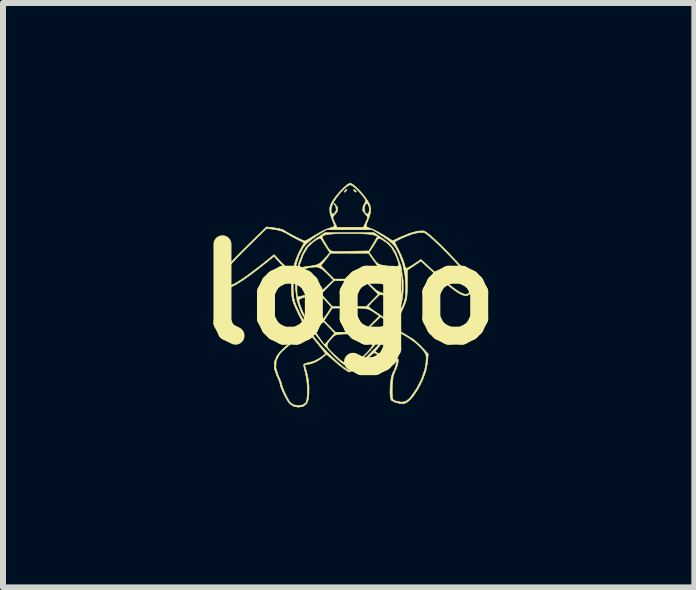
<source format=kicad_pcb>
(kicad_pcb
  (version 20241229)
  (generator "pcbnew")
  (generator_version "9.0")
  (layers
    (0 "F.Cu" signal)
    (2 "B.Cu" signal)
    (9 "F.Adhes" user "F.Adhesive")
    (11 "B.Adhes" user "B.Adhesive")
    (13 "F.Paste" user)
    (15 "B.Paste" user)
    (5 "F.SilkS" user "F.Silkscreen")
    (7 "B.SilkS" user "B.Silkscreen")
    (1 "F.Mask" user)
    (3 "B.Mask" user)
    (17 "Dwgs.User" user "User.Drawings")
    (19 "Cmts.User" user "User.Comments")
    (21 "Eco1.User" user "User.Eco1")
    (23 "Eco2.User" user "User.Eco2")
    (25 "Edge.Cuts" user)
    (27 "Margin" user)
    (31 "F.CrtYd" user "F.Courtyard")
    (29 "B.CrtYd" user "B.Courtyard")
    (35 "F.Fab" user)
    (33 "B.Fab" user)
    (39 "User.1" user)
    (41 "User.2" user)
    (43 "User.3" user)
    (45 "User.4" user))
  (footprint "logo"
    (layer "F.Cu")
    (at 2.765 1.859)
    (property "Reference" "logo" (at 0 0 0) (layer "F.SilkS") (effects (font (size 1.524 1.524) (thickness 0.3))))
    (attr through_hole)
    (fp_poly (pts (xy 0.098 -1.742) (xy 0.125 -1.719) (xy 0.127 -1.713) (xy 0.115 -1.703) (xy 0.09 -1.726) (xy 0.086 -1.731) (xy 0.083 -1.749) (xy 0.098 -1.742)) (stroke (width 0.01) (type solid)) (fill yes) (layer "F.SilkS"))
    (fp_poly (pts (xy -0.033 -1.736) (xy -0.038 -1.727) (xy -0.062 -1.703) (xy -0.066 -1.702) (xy -0.068 -1.718) (xy -0.064 -1.727) (xy -0.04 -1.751) (xy -0.035 -1.753) (xy -0.033 -1.736)) (stroke (width 0.01) (type solid)) (fill yes) (layer "F.SilkS"))
    (fp_poly (pts (xy 0.572 -0.927) (xy 0.669 -0.855) (xy 0.736 -0.782) (xy 0.789 -0.692) (xy 0.791 -0.687) (xy 0.874 -0.464) (xy 0.91 -0.224) (xy 0.91 -0.057) (xy 0.898 0.065) (xy 0.876 0.161) (xy 0.835 0.259) (xy 0.811 0.305) (xy 0.688 0.512) (xy 0.534 0.725) (xy 0.365 0.927) (xy 0.273 1.022) (xy 0.186 1.105) (xy 0.123 1.157) (xy 0.074 1.184) (xy 0.027 1.193) (xy 0.013 1.194) (xy -0.035 1.188) (xy -0.082 1.167) (xy -0.14 1.123) (xy -0.218 1.051) (xy -0.247 1.022) (xy -0.388 0.871) (xy -0.359 0.871) (xy -0.329 0.917) (xy -0.266 0.98) (xy -0.229 1.016) (xy -0.128 1.105) (xy -0.047 1.155) (xy 0.024 1.168) (xy 0.098 1.143) (xy 0.183 1.084) (xy 0.194 1.076) (xy 0.267 1.011) (xy 0.33 0.946) (xy 0.355 0.915) (xy 0.404 0.847) (xy 0.327 0.754) (xy 0.25 0.66) (xy 0.015 0.66) (xy -0.098 0.662) (xy -0.172 0.667) (xy -0.219 0.678) (xy -0.251 0.698) (xy -0.27 0.718) (xy -0.328 0.784) (xy -0.358 0.831) (xy -0.359 0.871) (xy -0.388 0.871) (xy -0.405 0.853) (xy -0.556 0.665) (xy -0.615 0.581) (xy -0.572 0.581) (xy -0.558 0.614) (xy -0.523 0.673) (xy -0.488 0.724) (xy -0.404 0.844) (xy -0.318 0.746) (xy -0.233 0.648) (xy -0.238 0.643) (xy 0.257 0.643) (xy 0.338 0.74) (xy 0.386 0.796) (xy 0.417 0.831) (xy 0.424 0.838) (xy 0.441 0.819) (xy 0.48 0.768) (xy 0.535 0.694) (xy 0.564 0.654) (xy 0.681 0.485) (xy 0.768 0.34) (xy 0.83 0.209) (xy 0.849 0.159) (xy 0.884 0.059) (xy 0.521 0.003) (xy 0.425 0.095) (xy 0.372 0.15) (xy 0.337 0.19) (xy 0.33 0.202) (xy 0.35 0.222) (xy 0.402 0.261) (xy 0.475 0.311) (xy 0.484 0.317) (xy 0.565 0.372) (xy 0.631 0.421) (xy 0.668 0.454) (xy 0.668 0.455) (xy 0.67 0.465) (xy 0.638 0.448) (xy 0.616 0.432) (xy 0.533 0.371) (xy 0.395 0.507) (xy 0.257 0.643) (xy -0.238 0.643) (xy -0.324 0.553) (xy -0.416 0.458) (xy -0.494 0.507) (xy -0.545 0.546) (xy -0.571 0.577) (xy -0.572 0.581) (xy -0.615 0.581) (xy -0.689 0.475) (xy -0.79 0.301) (xy -0.859 0.112) (xy -0.862 0.091) (xy -0.83 0.091) (xy -0.826 0.13) (xy -0.803 0.2) (xy -0.768 0.286) (xy -0.726 0.375) (xy -0.684 0.454) (xy -0.647 0.509) (xy -0.644 0.512) (xy -0.614 0.538) (xy -0.584 0.538) (xy -0.535 0.51) (xy -0.523 0.503) (xy -0.461 0.45) (xy -0.451 0.438) (xy -0.411 0.438) (xy -0.315 0.536) (xy -0.218 0.635) (xy 0.243 0.635) (xy 0.513 0.361) (xy 0.416 0.295) (xy 0.37 0.266) (xy 0.326 0.247) (xy 0.272 0.236) (xy 0.196 0.231) (xy 0.087 0.229) (xy 0.023 0.229) (xy -0.273 0.229) (xy -0.342 0.333) (xy -0.411 0.438) (xy -0.451 0.438) (xy -0.395 0.374) (xy -0.364 0.331) (xy -0.286 0.213) (xy -0.385 0.106) (xy -0.485 -0.001) (xy -0.651 0.028) (xy -0.741 0.048) (xy -0.805 0.072) (xy -0.83 0.091) (xy -0.862 0.091) (xy -0.888 -0.097) (xy -0.886 -0.143) (xy -0.863 -0.143) (xy -0.862 -0.044) (xy -0.858 0.014) (xy -0.847 0.04) (xy -0.829 0.042) (xy -0.819 0.039) (xy -0.771 0.025) (xy -0.692 0.008) (xy -0.622 -0.005) (xy -0.619 -0.006) (xy -0.462 -0.006) (xy -0.273 0.203) (xy 0.294 0.203) (xy 0.394 0.102) (xy 0.493 -0.000137) (xy 0.381 -0.114) (xy 0.269 -0.229) (xy -0.243 -0.229) (xy -0.353 -0.117) (xy -0.462 -0.006) (xy -0.619 -0.006) (xy -0.521 -0.028) (xy -0.445 -0.065) (xy -0.369 -0.128) (xy -0.362 -0.135) (xy -0.254 -0.239) (xy -0.258 -0.243) (xy 0.279 -0.243) (xy 0.384 -0.137) (xy 0.459 -0.069) (xy 0.531 -0.03) (xy 0.626 -0.007) (xy 0.632 -0.006) (xy 0.747 0.014) (xy 0.822 0.022) (xy 0.865 0.013) (xy 0.884 -0.017) (xy 0.889 -0.074) (xy 0.889 -0.146) (xy 0.887 -0.268) (xy 0.879 -0.348) (xy 0.857 -0.397) (xy 0.816 -0.424) (xy 0.747 -0.438) (xy 0.681 -0.445) (xy 0.503 -0.463) (xy 0.391 -0.353) (xy 0.279 -0.243) (xy -0.258 -0.243) (xy -0.361 -0.348) (xy -0.437 -0.417) (xy -0.499 -0.45) (xy -0.545 -0.457) (xy -0.64 -0.449) (xy -0.732 -0.429) (xy -0.805 -0.403) (xy -0.842 -0.376) (xy -0.852 -0.336) (xy -0.859 -0.26) (xy -0.863 -0.163) (xy -0.863 -0.143) (xy -0.886 -0.143) (xy -0.878 -0.316) (xy -0.847 -0.452) (xy -0.826 -0.452) (xy -0.815 -0.438) (xy -0.793 -0.444) (xy -0.743 -0.457) (xy -0.665 -0.469) (xy -0.622 -0.474) (xy -0.595 -0.479) (xy -0.464 -0.479) (xy -0.354 -0.367) (xy -0.243 -0.254) (xy 0.269 -0.254) (xy 0.376 -0.364) (xy 0.484 -0.473) (xy 0.407 -0.579) (xy 0.33 -0.686) (xy -0.301 -0.686) (xy -0.382 -0.582) (xy -0.464 -0.479) (xy -0.595 -0.479) (xy -0.539 -0.489) (xy -0.478 -0.519) (xy -0.417 -0.577) (xy -0.404 -0.591) (xy -0.312 -0.695) (xy -0.315 -0.699) (xy 0.341 -0.699) (xy 0.418 -0.593) (xy 0.454 -0.546) (xy 0.486 -0.514) (xy 0.525 -0.494) (xy 0.584 -0.481) (xy 0.672 -0.471) (xy 0.781 -0.462) (xy 0.828 -0.472) (xy 0.838 -0.495) (xy 0.828 -0.537) (xy 0.803 -0.608) (xy 0.777 -0.671) (xy 0.714 -0.782) (xy 0.633 -0.863) (xy 0.608 -0.88) (xy 0.544 -0.921) (xy 0.508 -0.935) (xy 0.486 -0.925) (xy 0.472 -0.905) (xy 0.439 -0.851) (xy 0.397 -0.784) (xy 0.393 -0.778) (xy 0.341 -0.699) (xy -0.315 -0.699) (xy -0.366 -0.776) (xy -0.409 -0.843) (xy -0.444 -0.899) (xy -0.447 -0.904) (xy -0.466 -0.93) (xy -0.491 -0.934) (xy -0.533 -0.912) (xy -0.583 -0.88) (xy -0.678 -0.793) (xy -0.754 -0.667) (xy -0.815 -0.502) (xy -0.826 -0.452) (xy -0.847 -0.452) (xy -0.828 -0.533) (xy -0.766 -0.687) (xy -0.713 -0.779) (xy -0.647 -0.851) (xy -0.551 -0.924) (xy -0.546 -0.927) (xy -0.485 -0.968) (xy -0.442 -0.968) (xy -0.441 -0.946) (xy -0.422 -0.906) (xy -0.38 -0.837) (xy -0.342 -0.774) (xy -0.324 -0.747) (xy -0.303 -0.73) (xy -0.27 -0.719) (xy -0.214 -0.714) (xy -0.128 -0.714) (xy -0.001 -0.716) (xy 0.018 -0.717) (xy 0.339 -0.724) (xy 0.411 -0.845) (xy 0.482 -0.967) (xy 0.417 -0.991) (xy 0.362 -1.002) (xy 0.27 -1.009) (xy 0.151 -1.014) (xy 0.019 -1.015) (xy -0.113 -1.014) (xy -0.234 -1.01) (xy -0.33 -1.002) (xy -0.389 -0.992) (xy -0.393 -0.991) (xy -0.425 -0.979) (xy -0.442 -0.968) (xy -0.485 -0.968) (xy -0.394 -1.029) (xy 0.419 -1.029) (xy 0.572 -0.927)) (stroke (width 0.01) (type solid)) (fill yes) (layer "F.SilkS"))
    (fp_poly (pts (xy 0.067 -1.835) (xy 0.127 -1.784) (xy 0.196 -1.714) (xy 0.263 -1.634) (xy 0.319 -1.556) (xy 0.354 -1.491) (xy 0.356 -1.484) (xy 0.368 -1.424) (xy 0.362 -1.357) (xy 0.336 -1.269) (xy 0.294 -1.165) (xy 0.294 -1.131) (xy 0.336 -1.109) (xy 0.348 -1.106) (xy 0.405 -1.084) (xy 0.487 -1.043) (xy 0.576 -0.991) (xy 0.577 -0.991) (xy 0.734 -0.892) (xy 0.856 -0.95) (xy 1.023 -1.019) (xy 1.155 -1.055) (xy 1.25 -1.058) (xy 1.259 -1.056) (xy 1.303 -1.03) (xy 1.377 -0.97) (xy 1.478 -0.877) (xy 1.6 -0.757) (xy 1.674 -0.682) (xy 1.815 -0.533) (xy 1.922 -0.413) (xy 1.998 -0.317) (xy 2.047 -0.239) (xy 2.07 -0.175) (xy 2.072 -0.118) (xy 2.056 -0.064) (xy 2.053 -0.058) (xy 2.022 -0.009) (xy 1.985 0.018) (xy 1.936 0.022) (xy 1.873 -0.00015) (xy 1.79 -0.05) (xy 1.685 -0.13) (xy 1.553 -0.242) (xy 1.39 -0.388) (xy 1.364 -0.411) (xy 1.205 -0.556) (xy 1.092 -0.48) (xy 0.979 -0.404) (xy 0.978 -0.157) (xy 0.977 -0.044) (xy 0.971 0.039) (xy 0.957 0.109) (xy 0.93 0.183) (xy 0.886 0.279) (xy 0.861 0.331) (xy 0.745 0.572) (xy 0.905 0.645) (xy 1.082 0.753) (xy 1.197 0.856) (xy 1.327 0.995) (xy 1.313 1.149) (xy 1.286 1.283) (xy 1.231 1.432) (xy 1.157 1.578) (xy 1.074 1.702) (xy 1.026 1.755) (xy 0.969 1.804) (xy 0.92 1.823) (xy 0.855 1.819) (xy 0.842 1.817) (xy 0.769 1.797) (xy 0.717 1.77) (xy 0.709 1.763) (xy 0.695 1.718) (xy 0.69 1.64) (xy 0.692 1.544) (xy 0.701 1.446) (xy 0.716 1.363) (xy 0.735 1.311) (xy 0.737 1.307) (xy 0.763 1.259) (xy 0.786 1.189) (xy 0.787 1.182) (xy 0.798 1.122) (xy 0.787 1.097) (xy 0.743 1.091) (xy 0.728 1.091) (xy 0.657 1.078) (xy 0.57 1.048) (xy 0.535 1.031) (xy 0.422 0.972) (xy 0.237 1.134) (xy 0.153 1.203) (xy 0.08 1.258) (xy 0.029 1.29) (xy 0.013 1.295) (xy -0.022 1.28) (xy -0.083 1.238) (xy -0.161 1.177) (xy -0.197 1.147) (xy -0.37 0.998) (xy -0.458 1.071) (xy -0.536 1.121) (xy -0.622 1.155) (xy -0.641 1.16) (xy -0.702 1.17) (xy -0.735 1.177) (xy -0.736 1.178) (xy -0.729 1.202) (xy -0.712 1.259) (xy -0.698 1.306) (xy -0.674 1.417) (xy -0.662 1.54) (xy -0.663 1.659) (xy -0.675 1.759) (xy -0.7 1.823) (xy -0.759 1.868) (xy -0.84 1.882) (xy -0.923 1.864) (xy -0.984 1.822) (xy -1.022 1.771) (xy -1.065 1.694) (xy -1.105 1.611) (xy -1.134 1.537) (xy -1.143 1.495) (xy -1.153 1.459) (xy -1.179 1.397) (xy -1.194 1.366) (xy -1.239 1.24) (xy -1.239 1.223) (xy -1.215 1.223) (xy -1.174 1.355) (xy -1.168 1.366) (xy -1.138 1.434) (xy -1.12 1.484) (xy -1.118 1.495) (xy -1.106 1.541) (xy -1.078 1.613) (xy -1.04 1.693) (xy -1.002 1.765) (xy -0.972 1.81) (xy -0.915 1.844) (xy -0.84 1.855) (xy -0.767 1.845) (xy -0.717 1.813) (xy -0.712 1.805) (xy -0.695 1.741) (xy -0.687 1.643) (xy -0.689 1.528) (xy -0.701 1.412) (xy -0.721 1.313) (xy -0.723 1.308) (xy -0.742 1.234) (xy -0.75 1.182) (xy -0.749 1.167) (xy -0.719 1.152) (xy -0.659 1.137) (xy -0.646 1.135) (xy -0.564 1.109) (xy -0.481 1.064) (xy -0.468 1.055) (xy -0.383 0.989) (xy -0.525 0.812) (xy -0.59 0.733) (xy -0.646 0.673) (xy -0.682 0.639) (xy -0.69 0.635) (xy -0.727 0.651) (xy -0.79 0.692) (xy -0.871 0.751) (xy -0.958 0.819) (xy -1.041 0.888) (xy -1.11 0.951) (xy -1.153 0.998) (xy -1.208 1.105) (xy -1.215 1.223) (xy -1.239 1.223) (xy -1.24 1.131) (xy -1.197 1.028) (xy -1.146 0.962) (xy -1.076 0.892) (xy -0.982 0.811) (xy -0.884 0.735) (xy -0.873 0.727) (xy -0.699 0.604) (xy -0.826 0.349) (xy -0.881 0.237) (xy -0.917 0.154) (xy -0.938 0.087) (xy -0.949 0.018) (xy -0.952 -0.067) (xy -0.952 -0.124) (xy -0.926 -0.124) (xy -0.924 -0.021) (xy -0.916 0.057) (xy -0.899 0.127) (xy -0.868 0.206) (xy -0.818 0.311) (xy -0.807 0.334) (xy -0.738 0.463) (xy -0.654 0.6) (xy -0.57 0.724) (xy -0.542 0.76) (xy -0.463 0.854) (xy -0.371 0.953) (xy -0.273 1.05) (xy -0.178 1.137) (xy -0.093 1.208) (xy -0.026 1.254) (xy 0.013 1.27) (xy 0.048 1.254) (xy 0.11 1.211) (xy 0.188 1.149) (xy 0.235 1.11) (xy 0.386 0.958) (xy 0.438 0.958) (xy 0.55 1.012) (xy 0.637 1.046) (xy 0.723 1.065) (xy 0.749 1.067) (xy 0.808 1.07) (xy 0.828 1.089) (xy 0.823 1.14) (xy 0.822 1.149) (xy 0.798 1.229) (xy 0.768 1.294) (xy 0.742 1.37) (xy 0.728 1.494) (xy 0.726 1.559) (xy 0.726 1.66) (xy 0.73 1.722) (xy 0.741 1.756) (xy 0.764 1.772) (xy 0.787 1.78) (xy 0.882 1.799) (xy 0.951 1.787) (xy 1.012 1.74) (xy 1.037 1.711) (xy 1.136 1.569) (xy 1.217 1.409) (xy 1.271 1.249) (xy 1.288 1.149) (xy 1.294 1.065) (xy 1.289 1.009) (xy 1.265 0.962) (xy 1.217 0.904) (xy 1.192 0.877) (xy 1.108 0.801) (xy 1.002 0.725) (xy 0.891 0.659) (xy 0.791 0.615) (xy 0.758 0.606) (xy 0.72 0.621) (xy 0.661 0.677) (xy 0.583 0.77) (xy 0.578 0.777) (xy 0.438 0.958) (xy 0.386 0.958) (xy 0.48 0.864) (xy 0.69 0.584) (xy 0.834 0.331) (xy 0.887 0.22) (xy 0.922 0.137) (xy 0.941 0.068) (xy 0.95 -0.005) (xy 0.952 -0.098) (xy 0.952 -0.127) (xy 0.939 -0.317) (xy 0.901 -0.505) (xy 0.843 -0.672) (xy 0.782 -0.788) (xy 0.73 -0.845) (xy 0.692 -0.878) (xy 0.768 -0.878) (xy 0.776 -0.854) (xy 0.802 -0.799) (xy 0.836 -0.735) (xy 0.879 -0.645) (xy 0.913 -0.56) (xy 0.927 -0.514) (xy 0.943 -0.458) (xy 0.962 -0.432) (xy 0.963 -0.432) (xy 0.994 -0.445) (xy 1.051 -0.479) (xy 1.094 -0.506) (xy 1.205 -0.581) (xy 1.363 -0.437) (xy 1.533 -0.284) (xy 1.671 -0.166) (xy 1.782 -0.081) (xy 1.867 -0.027) (xy 1.932 -0.002) (xy 1.98 -0.003) (xy 2.014 -0.03) (xy 2.033 -0.067) (xy 2.047 -0.124) (xy 2.042 -0.183) (xy 2.015 -0.25) (xy 1.963 -0.33) (xy 1.883 -0.43) (xy 1.77 -0.554) (xy 1.66 -0.669) (xy 1.534 -0.796) (xy 1.426 -0.899) (xy 1.339 -0.976) (xy 1.278 -1.021) (xy 1.257 -1.031) (xy 1.172 -1.032) (xy 1.055 -1.005) (xy 0.915 -0.951) (xy 0.876 -0.932) (xy 0.814 -0.901) (xy 0.774 -0.881) (xy 0.768 -0.878) (xy 0.692 -0.878) (xy 0.652 -0.912) (xy 0.562 -0.975) (xy 0.559 -0.977) (xy 0.395 -1.079) (xy -0.369 -1.079) (xy -0.534 -0.977) (xy -0.624 -0.914) (xy -0.703 -0.847) (xy -0.755 -0.789) (xy -0.756 -0.788) (xy -0.83 -0.645) (xy -0.885 -0.469) (xy -0.918 -0.276) (xy -0.926 -0.124) (xy -0.952 -0.124) (xy -0.953 -0.143) (xy -0.955 -0.272) (xy -0.964 -0.351) (xy -0.979 -0.381) (xy -0.981 -0.381) (xy -1.011 -0.398) (xy -1.064 -0.444) (xy -1.128 -0.508) (xy -1.246 -0.634) (xy -1.429 -0.487) (xy -1.6 -0.354) (xy -1.75 -0.246) (xy -1.875 -0.167) (xy -1.971 -0.118) (xy -2.033 -0.102) (xy -2.105 -0.118) (xy -2.161 -0.159) (xy -2.184 -0.212) (xy -2.184 -0.213) (xy -2.184 -0.215) (xy -2.15 -0.215) (xy -2.138 -0.17) (xy -2.136 -0.167) (xy -2.08 -0.132) (xy -2.003 -0.135) (xy -1.9 -0.177) (xy -1.787 -0.246) (xy -1.681 -0.32) (xy -1.56 -0.411) (xy -1.446 -0.498) (xy -1.428 -0.513) (xy -1.243 -0.662) (xy -1.121 -0.53) (xy -1.041 -0.451) (xy -0.981 -0.416) (xy -0.939 -0.425) (xy -0.911 -0.477) (xy -0.902 -0.513) (xy -0.879 -0.583) (xy -0.841 -0.673) (xy -0.814 -0.729) (xy -0.743 -0.86) (xy -0.861 -0.919) (xy -0.945 -0.963) (xy -1.022 -1.008) (xy -1.047 -1.023) (xy -1.114 -1.054) (xy -1.204 -1.078) (xy -1.243 -1.084) (xy -1.37 -1.099) (xy -1.711 -0.764) (xy -1.872 -0.602) (xy -1.994 -0.468) (xy -2.08 -0.361) (xy -2.131 -0.277) (xy -2.15 -0.215) (xy -2.184 -0.215) (xy -2.165 -0.273) (xy -2.106 -0.362) (xy -2.009 -0.48) (xy -1.876 -0.625) (xy -1.707 -0.794) (xy -1.704 -0.797) (xy -1.37 -1.124) (xy -1.241 -1.109) (xy -1.161 -1.096) (xy -1.101 -1.079) (xy -1.083 -1.07) (xy -1.045 -1.045) (xy -0.98 -1.009) (xy -0.902 -0.967) (xy -0.825 -0.929) (xy -0.764 -0.9) (xy -0.732 -0.889) (xy -0.703 -0.902) (xy -0.644 -0.935) (xy -0.566 -0.982) (xy -0.553 -0.99) (xy -0.461 -1.043) (xy -0.374 -1.085) (xy -0.31 -1.108) (xy -0.309 -1.108) (xy -0.253 -1.125) (xy -0.239 -1.151) (xy -0.243 -1.166) (xy -0.289 -1.282) (xy -0.313 -1.367) (xy -0.313 -1.374) (xy -0.293 -1.374) (xy -0.277 -1.341) (xy -0.246 -1.343) (xy -0.239 -1.348) (xy -0.206 -1.404) (xy -0.216 -1.47) (xy -0.235 -1.499) (xy -0.253 -1.521) (xy -0.236 -1.511) (xy -0.222 -1.501) (xy -0.182 -1.445) (xy -0.19 -1.382) (xy -0.227 -1.335) (xy -0.258 -1.302) (xy -0.262 -1.269) (xy -0.241 -1.216) (xy -0.235 -1.204) (xy -0.194 -1.118) (xy 0.245 -1.118) (xy 0.286 -1.204) (xy 0.311 -1.263) (xy 0.311 -1.297) (xy 0.285 -1.329) (xy 0.278 -1.335) (xy 0.234 -1.398) (xy 0.235 -1.403) (xy 0.262 -1.403) (xy 0.278 -1.358) (xy 0.304 -1.336) (xy 0.331 -1.35) (xy 0.335 -1.356) (xy 0.346 -1.41) (xy 0.341 -1.46) (xy 0.318 -1.513) (xy 0.291 -1.517) (xy 0.267 -1.471) (xy 0.264 -1.46) (xy 0.262 -1.403) (xy 0.235 -1.403) (xy 0.24 -1.469) (xy 0.265 -1.514) (xy 0.282 -1.545) (xy 0.28 -1.576) (xy 0.254 -1.618) (xy 0.199 -1.684) (xy 0.187 -1.698) (xy 0.123 -1.764) (xy 0.064 -1.811) (xy 0.026 -1.829) (xy -0.018 -1.809) (xy -0.078 -1.758) (xy -0.145 -1.688) (xy -0.208 -1.608) (xy -0.257 -1.531) (xy -0.271 -1.503) (xy -0.292 -1.432) (xy -0.293 -1.374) (xy -0.313 -1.374) (xy -0.316 -1.433) (xy -0.305 -1.484) (xy -0.274 -1.547) (xy -0.22 -1.624) (xy -0.153 -1.705) (xy -0.084 -1.777) (xy -0.023 -1.83) (xy 0.022 -1.854) (xy 0.025 -1.854) (xy 0.067 -1.835)) (stroke (width 0.01) (type solid)) (fill yes) (layer "F.SilkS")))
  (gr_rect
    (start -3 -3)
    (end 8.53 6.746)
    (stroke (width 0.1) (type default))
    (fill no)
    (layer "Edge.Cuts")))
</source>
